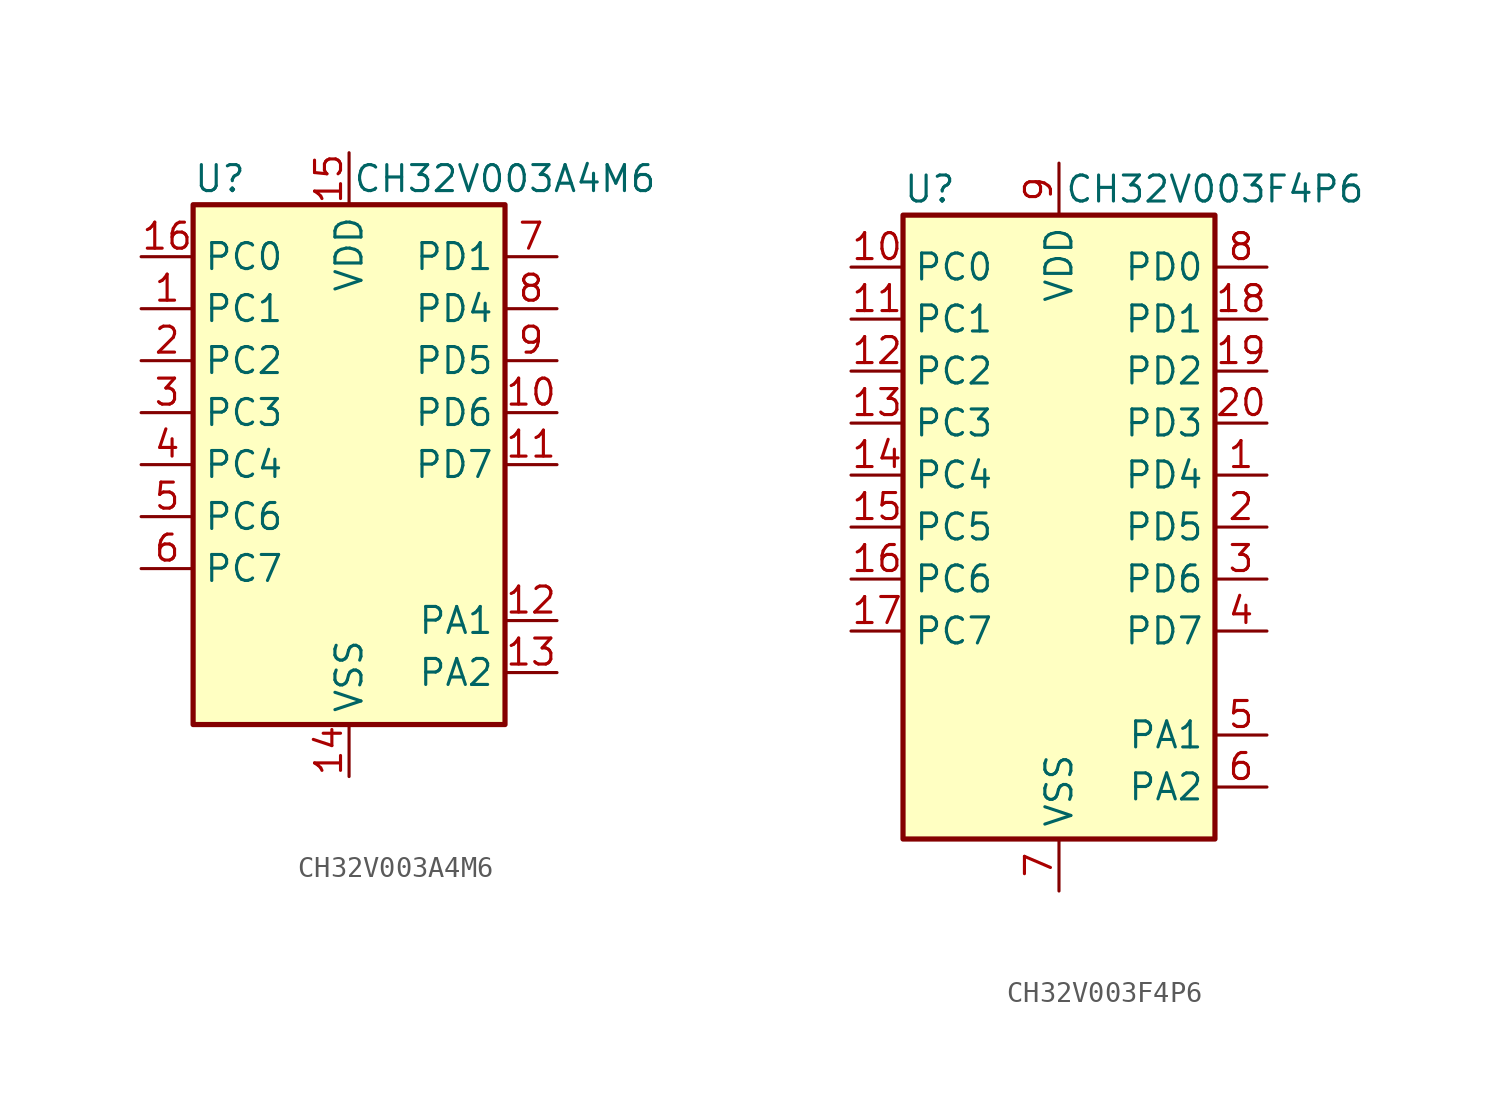
<source format=kicad_sym>
(kicad_symbol_lib
  (version 20241209)
  (generator "kicad_symbol_editor")
  (generator_version "9.0")
  (symbol "CH32V003A4M6"
    (property "Reference" "U"
      (at -7.62 13.97 0)
      (effects (font (size 1.27 1.27)) (justify left)))
    (property "Value" "CH32V003A4M6"
      (at 7.62 13.97 0)
      (effects (font (size 1.27 1.27))))
    (symbol "CH32V003A4M6_1_1"
      (rectangle (start -7.62 12.7) (end 7.62 -12.7) (stroke (width 0.254) (type default)) (fill (type background)))
      (pin bidirectional line (at -10.16 10.16 0) (length 2.54) (name "PC0" (effects (font (size 1.27 1.27)))) (number "16" (effects (font (size 1.27 1.27)))) (alternate "NSS_1" bidirectional line) (alternate "T1CH3_1" bidirectional line) (alternate "T2CH3" bidirectional line) (alternate "T2CH3_2" bidirectional line) (alternate "UTX_3" bidirectional line))
      (pin bidirectional line (at -10.16 7.62 0) (length 2.54) (name "PC1" (effects (font (size 1.27 1.27)))) (number "1" (effects (font (size 1.27 1.27)))) (alternate "NSS" bidirectional line) (alternate "SDA" bidirectional line) (alternate "T1BKIN_1" bidirectional line) (alternate "T1BKIN_3" bidirectional line) (alternate "T2CH1ETR_2" bidirectional line) (alternate "T2CH1ETR_3" bidirectional line) (alternate "T2CH4_1" bidirectional line) (alternate "URX_3" bidirectional line))
      (pin bidirectional line (at -10.16 5.08 0) (length 2.54) (name "PC2" (effects (font (size 1.27 1.27)))) (number "2" (effects (font (size 1.27 1.27)))) (alternate "AETR_1" bidirectional line) (alternate "SCL" bidirectional line) (alternate "T1BKIN" bidirectional line) (alternate "T1BKIN_2" bidirectional line) (alternate "T1ETR_3" bidirectional line) (alternate "T2CH2_1" bidirectional line) (alternate "URTS" bidirectional line) (alternate "URTS_1" bidirectional line))
      (pin bidirectional line (at -10.16 2.54 0) (length 2.54) (name "PC3" (effects (font (size 1.27 1.27)))) (number "3" (effects (font (size 1.27 1.27)))) (alternate "T1CH1N_1" bidirectional line) (alternate "T1CH1N_3" bidirectional line) (alternate "T1CH3" bidirectional line) (alternate "T1CH3_2" bidirectional line) (alternate "UCTS_1" bidirectional line))
      (pin bidirectional line (at -10.16 0 0) (length 2.54) (name "PC4" (effects (font (size 1.27 1.27)))) (number "4" (effects (font (size 1.27 1.27)))) (alternate "A2" bidirectional line) (alternate "MCO" bidirectional line) (alternate "T1CH1_3" bidirectional line) (alternate "T1CH2N_1" bidirectional line) (alternate "T1CH4" bidirectional line) (alternate "T1CH4_2" bidirectional line))
      (pin bidirectional line (at -10.16 -2.54 0) (length 2.54) (name "PC6" (effects (font (size 1.27 1.27)))) (number "5" (effects (font (size 1.27 1.27)))) (alternate "MOSI" bidirectional line) (alternate "MOSI_1" bidirectional line) (alternate "SDA_2" bidirectional line) (alternate "SDA_3" bidirectional line) (alternate "T1CH1_1" bidirectional line) (alternate "T1CH3N_3" bidirectional line) (alternate "UCTS_2" bidirectional line) (alternate "UCTS_3" bidirectional line))
      (pin bidirectional line (at -10.16 -5.08 0) (length 2.54) (name "PC7" (effects (font (size 1.27 1.27)))) (number "6" (effects (font (size 1.27 1.27)))) (alternate "MISO" bidirectional line) (alternate "MISO_1" bidirectional line) (alternate "T1CH2_1" bidirectional line) (alternate "T1CH2_3" bidirectional line) (alternate "T2CH2_3" bidirectional line) (alternate "URTS_2" bidirectional line) (alternate "URTS_3" bidirectional line))
      (pin power_in line (at 0 15.24 270) (length 2.54) (name "VDD" (effects (font (size 1.27 1.27)))) (number "15" (effects (font (size 1.27 1.27)))))
      (pin power_in line (at 0 -15.24 90) (length 2.54) (name "VSS" (effects (font (size 1.27 1.27)))) (number "14" (effects (font (size 1.27 1.27)))))
      (pin bidirectional line (at 10.16 10.16 180) (length 2.54) (name "PD1" (effects (font (size 1.27 1.27)))) (number "7" (effects (font (size 1.27 1.27)))) (alternate "AETR2" bidirectional line) (alternate "SCL_1" bidirectional line) (alternate "SWIO" bidirectional line) (alternate "T1CH3N" bidirectional line) (alternate "T1CH3N_1" bidirectional line) (alternate "T1CH3N_2" bidirectional line) (alternate "URX_1" bidirectional line))
      (pin bidirectional line (at 10.16 7.62 180) (length 2.54) (name "PD4" (effects (font (size 1.27 1.27)))) (number "8" (effects (font (size 1.27 1.27)))) (alternate "A7" bidirectional line) (alternate "OPO" bidirectional line) (alternate "T1CH4_3" bidirectional line) (alternate "T2CH1ETR" bidirectional line) (alternate "TIETR_2" bidirectional line) (alternate "UCK" bidirectional line))
      (pin bidirectional line (at 10.16 5.08 180) (length 2.54) (name "PD5" (effects (font (size 1.27 1.27)))) (number "9" (effects (font (size 1.27 1.27)))) (alternate "A5" bidirectional line) (alternate "T2CH4_3" bidirectional line) (alternate "URX_2" bidirectional line) (alternate "UTX" bidirectional line))
      (pin bidirectional line (at 10.16 2.54 180) (length 2.54) (name "PD6" (effects (font (size 1.27 1.27)))) (number "10" (effects (font (size 1.27 1.27)))) (alternate "A6" bidirectional line) (alternate "T2CH3_3" bidirectional line) (alternate "URX" bidirectional line) (alternate "UTX_2" bidirectional line))
      (pin bidirectional line (at 10.16 0 180) (length 2.54) (name "PD7" (effects (font (size 1.27 1.27)))) (number "11" (effects (font (size 1.27 1.27)))) (alternate "NRST" bidirectional line) (alternate "OPP1" bidirectional line) (alternate "T2CH4" bidirectional line) (alternate "T2CH4_2" bidirectional line) (alternate "UCK_1" bidirectional line) (alternate "UCK_2" bidirectional line))
      (pin bidirectional line (at 10.16 -7.62 180) (length 2.54) (name "PA1" (effects (font (size 1.27 1.27)))) (number "12" (effects (font (size 1.27 1.27)))) (alternate "A1" bidirectional line) (alternate "OPN0" bidirectional line) (alternate "OSCI" bidirectional line) (alternate "T1CH2" bidirectional line) (alternate "T1CH2_2" bidirectional line))
      (pin bidirectional line (at 10.16 -10.16 180) (length 2.54) (name "PA2" (effects (font (size 1.27 1.27)))) (number "13" (effects (font (size 1.27 1.27)))) (alternate "A0" bidirectional line) (alternate "AETR2_1" bidirectional line) (alternate "OPP0" bidirectional line) (alternate "OSCO" bidirectional line) (alternate "TICH2N" bidirectional line) (alternate "TICH2N_2" bidirectional line))))
  (symbol "CH32V003F4P6"
    (property "Reference" "U"
      (at -7.62 16.51 0)
      (effects (font (size 1.27 1.27)) (justify left)))
    (property "Value" "CH32V003F4P6"
      (at 7.62 16.51 0)
      (effects (font (size 1.27 1.27))))
    (symbol "CH32V003F4P6_1_1"
      (rectangle (start -7.62 15.24) (end 7.62 -15.24) (stroke (width 0.254) (type default)) (fill (type background)))
      (pin bidirectional line (at -10.16 12.7 0) (length 2.54) (name "PC0" (effects (font (size 1.27 1.27)))) (number "10" (effects (font (size 1.27 1.27)))) (alternate "NSS_1" bidirectional line) (alternate "T1CH3_1" bidirectional line) (alternate "T2CH3" bidirectional line) (alternate "T2CH3_2" bidirectional line) (alternate "UTX_3" bidirectional line))
      (pin bidirectional line (at -10.16 10.16 0) (length 2.54) (name "PC1" (effects (font (size 1.27 1.27)))) (number "11" (effects (font (size 1.27 1.27)))) (alternate "NSS" bidirectional line) (alternate "SDA" bidirectional line) (alternate "T1BKIN_1" bidirectional line) (alternate "T1BKIN_3" bidirectional line) (alternate "T2CH1ETR_2" bidirectional line) (alternate "T2CH1ETR_3" bidirectional line) (alternate "T2CH4_1" bidirectional line) (alternate "URX_3" bidirectional line))
      (pin bidirectional line (at -10.16 7.62 0) (length 2.54) (name "PC2" (effects (font (size 1.27 1.27)))) (number "12" (effects (font (size 1.27 1.27)))) (alternate "AETR_1" bidirectional line) (alternate "SCL" bidirectional line) (alternate "T1BKIN" bidirectional line) (alternate "T1BKIN_2" bidirectional line) (alternate "T1ETR_3" bidirectional line) (alternate "T2CH2_1" bidirectional line) (alternate "URTS" bidirectional line) (alternate "URTS_1" bidirectional line))
      (pin bidirectional line (at -10.16 5.08 0) (length 2.54) (name "PC3" (effects (font (size 1.27 1.27)))) (number "13" (effects (font (size 1.27 1.27)))) (alternate "T1CH1N_1" bidirectional line) (alternate "T1CH1N_3" bidirectional line) (alternate "T1CH3" bidirectional line) (alternate "T1CH3_2" bidirectional line) (alternate "UCTS_1" bidirectional line))
      (pin bidirectional line (at -10.16 2.54 0) (length 2.54) (name "PC4" (effects (font (size 1.27 1.27)))) (number "14" (effects (font (size 1.27 1.27)))) (alternate "A2" bidirectional line) (alternate "MCO" bidirectional line) (alternate "T1CH1_3" bidirectional line) (alternate "T1CH2N_1" bidirectional line) (alternate "T1CH4" bidirectional line) (alternate "T1CH4_2" bidirectional line))
      (pin bidirectional line (at -10.16 0 0) (length 2.54) (name "PC5" (effects (font (size 1.27 1.27)))) (number "15" (effects (font (size 1.27 1.27)))) (alternate "SCK" bidirectional line) (alternate "SCK_1" bidirectional line) (alternate "SCL_2" bidirectional line) (alternate "SCL_3" bidirectional line) (alternate "T1CH3_3" bidirectional line) (alternate "T1ETR" bidirectional line) (alternate "T1ETR_1" bidirectional line) (alternate "T2CH1ETR_1" bidirectional line) (alternate "UCK_3" bidirectional line))
      (pin bidirectional line (at -10.16 -2.54 0) (length 2.54) (name "PC6" (effects (font (size 1.27 1.27)))) (number "16" (effects (font (size 1.27 1.27)))) (alternate "MOSI" bidirectional line) (alternate "MOSI_1" bidirectional line) (alternate "SDA_2" bidirectional line) (alternate "SDA_3" bidirectional line) (alternate "T1CH1_1" bidirectional line) (alternate "T1CH3N_3" bidirectional line) (alternate "UCTS_2" bidirectional line) (alternate "UCTS_3" bidirectional line))
      (pin bidirectional line (at -10.16 -5.08 0) (length 2.54) (name "PC7" (effects (font (size 1.27 1.27)))) (number "17" (effects (font (size 1.27 1.27)))) (alternate "MISO" bidirectional line) (alternate "MISO_1" bidirectional line) (alternate "T1CH2_1" bidirectional line) (alternate "T1CH2_3" bidirectional line) (alternate "T2CH2_3" bidirectional line) (alternate "URTS_2" bidirectional line) (alternate "URTS_3" bidirectional line))
      (pin power_in line (at 0 17.78 270) (length 2.54) (name "VDD" (effects (font (size 1.27 1.27)))) (number "9" (effects (font (size 1.27 1.27)))))
      (pin power_in line (at 0 -17.78 90) (length 2.54) (name "VSS" (effects (font (size 1.27 1.27)))) (number "7" (effects (font (size 1.27 1.27)))))
      (pin bidirectional line (at 10.16 12.7 180) (length 2.54) (name "PD0" (effects (font (size 1.27 1.27)))) (number "8" (effects (font (size 1.27 1.27)))) (alternate "OPN1" bidirectional line) (alternate "SDA_1" bidirectional line) (alternate "TICH1N" bidirectional line) (alternate "TICH1N_2" bidirectional line) (alternate "UTX_1" bidirectional line))
      (pin bidirectional line (at 10.16 10.16 180) (length 2.54) (name "PD1" (effects (font (size 1.27 1.27)))) (number "18" (effects (font (size 1.27 1.27)))) (alternate "AETR2" bidirectional line) (alternate "SCL_1" bidirectional line) (alternate "SWIO" bidirectional line) (alternate "T1CH3N" bidirectional line) (alternate "T1CH3N_1" bidirectional line) (alternate "T1CH3N_2" bidirectional line) (alternate "URX_1" bidirectional line))
      (pin bidirectional line (at 10.16 7.62 180) (length 2.54) (name "PD2" (effects (font (size 1.27 1.27)))) (number "19" (effects (font (size 1.27 1.27)))) (alternate "A3" bidirectional line) (alternate "T1CH1" bidirectional line) (alternate "T1CH1_2" bidirectional line) (alternate "T1CH2N_3" bidirectional line) (alternate "T2CH3_1" bidirectional line))
      (pin bidirectional line (at 10.16 5.08 180) (length 2.54) (name "PD3" (effects (font (size 1.27 1.27)))) (number "20" (effects (font (size 1.27 1.27)))) (alternate "A4" bidirectional line) (alternate "AETR" bidirectional line) (alternate "T1CH4_1" bidirectional line) (alternate "T2CH2" bidirectional line) (alternate "T2CH2_2" bidirectional line) (alternate "UCTS" bidirectional line))
      (pin bidirectional line (at 10.16 2.54 180) (length 2.54) (name "PD4" (effects (font (size 1.27 1.27)))) (number "1" (effects (font (size 1.27 1.27)))) (alternate "A7" bidirectional line) (alternate "OPO" bidirectional line) (alternate "T1CH4_3" bidirectional line) (alternate "T2CH1ETR" bidirectional line) (alternate "TIETR_2" bidirectional line) (alternate "UCK" bidirectional line))
      (pin bidirectional line (at 10.16 0 180) (length 2.54) (name "PD5" (effects (font (size 1.27 1.27)))) (number "2" (effects (font (size 1.27 1.27)))) (alternate "A5" bidirectional line) (alternate "T2CH4_3" bidirectional line) (alternate "URX_2" bidirectional line) (alternate "UTX" bidirectional line))
      (pin bidirectional line (at 10.16 -2.54 180) (length 2.54) (name "PD6" (effects (font (size 1.27 1.27)))) (number "3" (effects (font (size 1.27 1.27)))) (alternate "A6" bidirectional line) (alternate "T2CH3_3" bidirectional line) (alternate "URX" bidirectional line) (alternate "UTX_2" bidirectional line))
      (pin bidirectional line (at 10.16 -5.08 180) (length 2.54) (name "PD7" (effects (font (size 1.27 1.27)))) (number "4" (effects (font (size 1.27 1.27)))) (alternate "NRST" bidirectional line) (alternate "OPP1" bidirectional line) (alternate "T2CH4" bidirectional line) (alternate "T2CH4_2" bidirectional line) (alternate "UCK_1" bidirectional line) (alternate "UCK_2" bidirectional line))
      (pin bidirectional line (at 10.16 -10.16 180) (length 2.54) (name "PA1" (effects (font (size 1.27 1.27)))) (number "5" (effects (font (size 1.27 1.27)))) (alternate "A1" bidirectional line) (alternate "OPN0" bidirectional line) (alternate "OSCI" bidirectional line) (alternate "T1CH2" bidirectional line) (alternate "T1CH2_2" bidirectional line))
      (pin bidirectional line (at 10.16 -12.7 180) (length 2.54) (name "PA2" (effects (font (size 1.27 1.27)))) (number "6" (effects (font (size 1.27 1.27)))) (alternate "A0" bidirectional line) (alternate "AETR2_1" bidirectional line) (alternate "OPP0" bidirectional line) (alternate "OSCO" bidirectional line) (alternate "TICH2N" bidirectional line) (alternate "TICH2N_2" bidirectional line)))))
</source>
